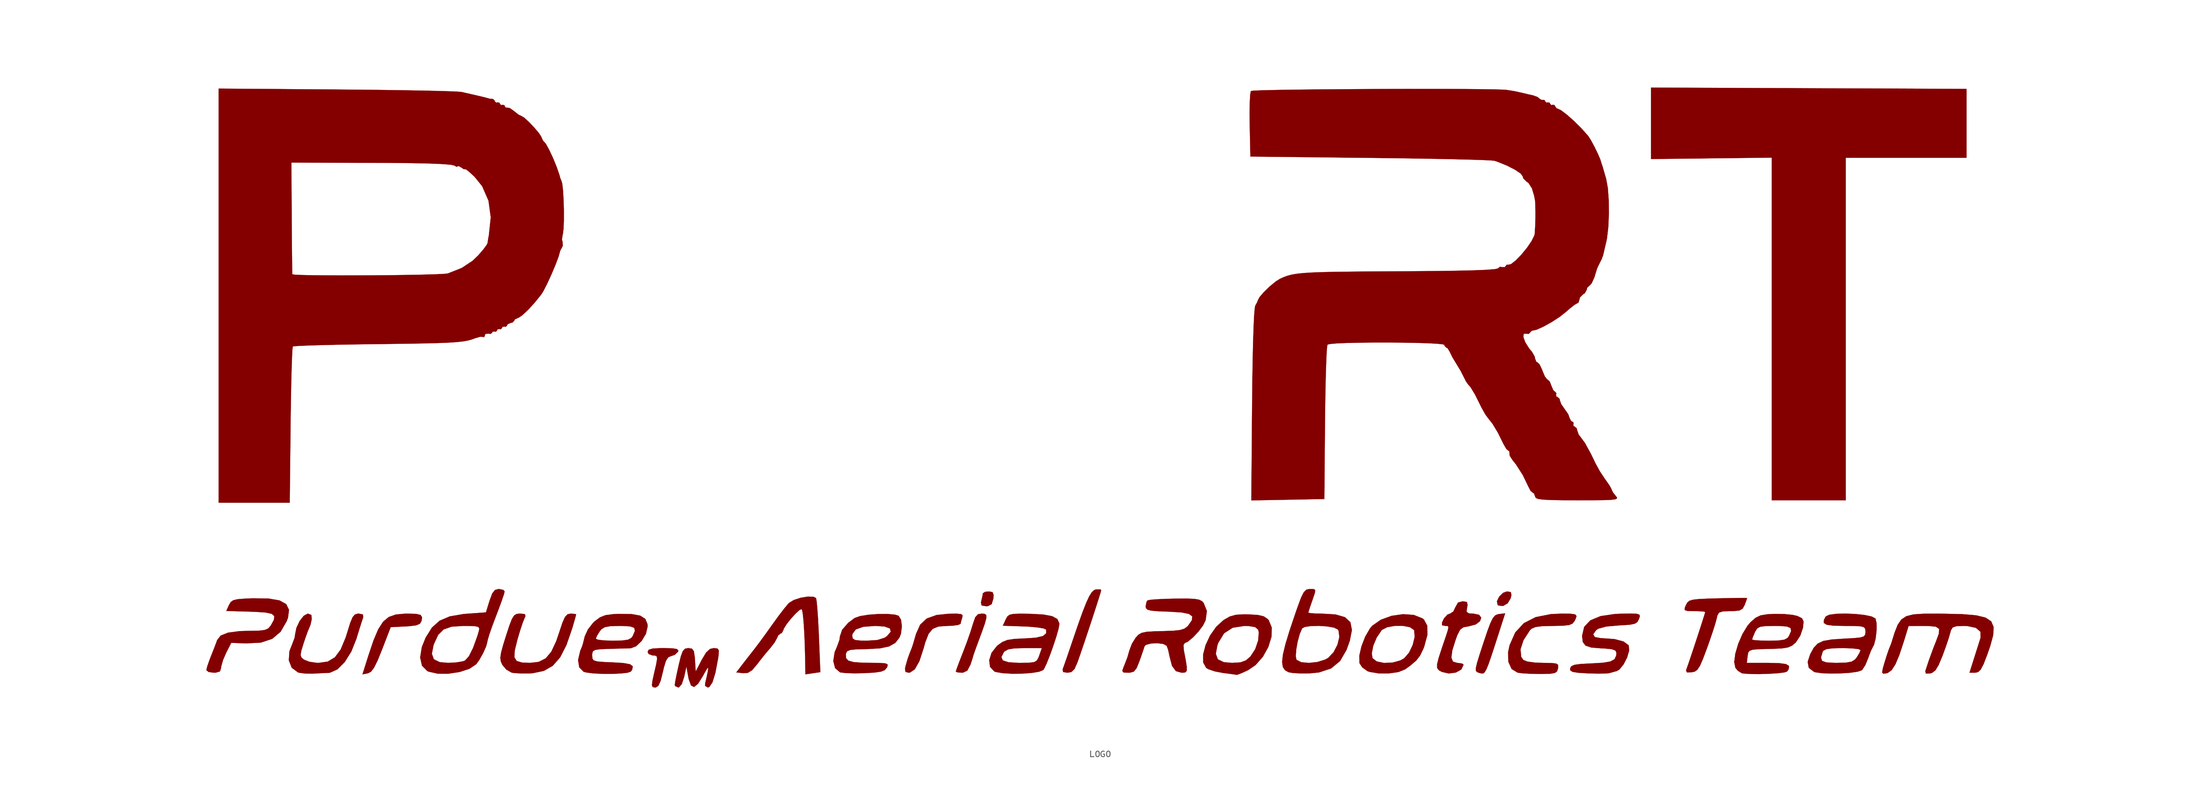
<source format=kicad_sym>
(kicad_symbol_lib
  (version 20220914)
  (generator "bitmap2component")
  (generator_version "8.0")
  (symbol "LOGO"
    (pin_names
      (offset 1.016))
    (property "Reference" "#G"
      (at 0 60.54 0)
      (effects (font (size 1.27 1.27)) hide))
    (symbol "LOGO_0_0"
      (polyline (pts (xy -63.93 -58.664) (xy -63.548 -58.418) (xy -63.227 -57.718) (xy -62.902 -56.434) (xy -62.754 -55.782) (xy -62.451 -54.788) (xy -62.111 -54.276) (xy -61.65 -54.088) (xy -61.16 -53.925) (xy -60.679 -53.462) (xy -60.648 -53.302) (xy -60.858 -53.084) (xy -61.532 -52.976) (xy -62.796 -52.947) (xy -63.307 -52.95) (xy -64.398 -53.014) (xy -64.954 -53.181) (xy -65.11 -53.483) (xy -64.977 -53.796) (xy -64.394 -54.02) (xy -64.043 -54.029) (xy -63.791 -54.145) (xy -63.737 -54.517) (xy -63.869 -55.29) (xy -64.174 -56.613) (xy -64.414 -57.691) (xy -64.49 -58.343) (xy -64.363 -58.616) (xy -64.021 -58.67) (xy -63.93 -58.664)) (stroke (width 0.01) (type default)) (fill (type outline)))
      (polyline (pts (xy -56.154 -58.592) (xy -55.701 -57.917) (xy -55.278 -56.545) (xy -54.883 -54.467) (xy -54.815 -54.014) (xy -54.773 -53.292) (xy -54.979 -53) (xy -55.513 -52.947) (xy -56.066 -53.068) (xy -56.628 -53.586) (xy -57.257 -54.646) (xy -58.132 -56.345) (xy -58.242 -54.646) (xy -58.273 -54.216) (xy -58.405 -53.388) (xy -58.678 -53.026) (xy -59.198 -52.947) (xy -59.237 -52.947) (xy -59.686 -53.033) (xy -60.008 -53.377) (xy -60.287 -54.127) (xy -60.609 -55.432) (xy -60.625 -55.501) (xy -60.903 -56.776) (xy -61.1 -57.777) (xy -61.175 -58.294) (xy -61.121 -58.46) (xy -60.659 -58.67) (xy -60.565 -58.653) (xy -60.15 -58.178) (xy -59.813 -57.15) (xy -59.482 -55.63) (xy -59.209 -57.15) (xy -59.153 -57.438) (xy -58.821 -58.364) (xy -58.372 -58.596) (xy -57.792 -58.132) (xy -57.069 -56.971) (xy -56.815 -56.499) (xy -56.443 -55.876) (xy -56.313 -55.839) (xy -56.38 -56.345) (xy -56.567 -57.235) (xy -56.76 -58.044) (xy -56.779 -58.421) (xy -56.383 -58.67) (xy -56.154 -58.592)) (stroke (width 0.01) (type default)) (fill (type outline)))
      (polyline (pts (xy -113.375 -56.639) (xy -112.249 -56.578) (xy -111.418 -56.544) (xy -111.204 -56.523) (xy -110.121 -56.03) (xy -109.058 -54.97) (xy -108.111 -53.459) (xy -107.376 -51.617) (xy -107.329 -51.462) (xy -106.925 -50.148) (xy -106.587 -49.083) (xy -106.385 -48.486) (xy -106.416 -48.064) (xy -107.035 -47.938) (xy -107.167 -47.942) (xy -107.589 -48.064) (xy -107.927 -48.463) (xy -108.267 -49.278) (xy -108.693 -50.647) (xy -108.927 -51.395) (xy -109.65 -53.139) (xy -110.493 -54.281) (xy -111.534 -54.904) (xy -112.853 -55.093) (xy -113.136 -55.085) (xy -114.226 -54.922) (xy -114.995 -54.615) (xy -115.344 -54.314) (xy -115.47 -53.942) (xy -115.36 -53.307) (xy -115.016 -52.2) (xy -114.741 -51.383) (xy -114.394 -50.424) (xy -114.172 -49.906) (xy -114.027 -49.543) (xy -113.85 -48.743) (xy -113.909 -48.13) (xy -114.426 -47.938) (xy -114.433 -47.938) (xy -115.017 -48.255) (xy -115.615 -49.025) (xy -116.08 -50.009) (xy -116.268 -50.967) (xy -116.338 -51.441) (xy -116.655 -52.286) (xy -117.089 -53.391) (xy -117.181 -54.726) (xy -116.758 -55.803) (xy -115.849 -56.476) (xy -115.701 -56.522) (xy -114.768 -56.649) (xy -113.637 -56.654) (xy -113.375 -56.639)) (stroke (width 0.01) (type default)) (fill (type outline)))
      (polyline (pts (xy -105.707 -56.61) (xy -105.697 -56.608) (xy -105.258 -56.381) (xy -104.817 -55.81) (xy -104.305 -54.782) (xy -103.656 -53.183) (xy -102.392 -49.906) (xy -100.245 -49.8) (xy -99.743 -49.771) (xy -98.704 -49.645) (xy -98.153 -49.413) (xy -97.92 -49.016) (xy -97.841 -48.473) (xy -98.057 -48.129) (xy -98.719 -47.976) (xy -99.96 -47.943) (xy -100.353 -47.949) (xy -101.657 -48.071) (xy -102.676 -48.427) (xy -103.497 -49.11) (xy -104.206 -50.212) (xy -104.891 -51.827) (xy -105.638 -54.049) (xy -106.494 -56.761) (xy -105.707 -56.61)) (stroke (width 0.01) (type default)) (fill (type outline)))
      (polyline (pts (xy -92.374 -56.414) (xy -90.951 -55.944) (xy -89.981 -55.288) (xy -89.517 -54.642) (xy -88.972 -53.66) (xy -88.54 -52.687) (xy -88.363 -52.015) (xy -88.325 -51.79) (xy -88.078 -50.959) (xy -87.654 -49.736) (xy -87.111 -48.296) (xy -86.796 -47.477) (xy -86.314 -46.172) (xy -85.983 -45.2) (xy -85.859 -44.726) (xy -86.049 -44.494) (xy -86.691 -44.361) (xy -86.71 -44.361) (xy -87.258 -44.498) (xy -87.66 -45.009) (xy -88.049 -46.06) (xy -88.575 -47.759) (xy -91.257 -47.951) (xy -91.837 -48) (xy -93.818 -48.338) (xy -95.293 -48.964) (xy -96.412 -49.963) (xy -97.323 -51.422) (xy -97.874 -52.784) (xy -98.033 -53.767) (xy -96.419 -53.767) (xy -96.178 -52.535) (xy -96.109 -52.335) (xy -95.506 -51.033) (xy -94.705 -50.236) (xy -93.543 -49.836) (xy -91.854 -49.727) (xy -91.25 -49.728) (xy -90.21 -49.758) (xy -89.686 -49.868) (xy -89.537 -50.109) (xy -89.62 -50.532) (xy -89.818 -51.187) (xy -90.442 -52.919) (xy -91.057 -54.14) (xy -91.615 -54.752) (xy -91.909 -54.86) (xy -92.868 -55.027) (xy -94.051 -55.093) (xy -95.268 -54.989) (xy -96.132 -54.566) (xy -96.419 -53.767) (xy -98.033 -53.767) (xy -98.12 -54.307) (xy -97.855 -55.502) (xy -97.085 -56.277) (xy -96.894 -56.366) (xy -95.592 -56.66) (xy -94.003 -56.664) (xy -92.374 -56.414)) (stroke (width 0.01) (type default)) (fill (type outline)))
      (polyline (pts (xy -82.228 -56.623) (xy -81.766 -56.592) (xy -80.169 -56.255) (xy -78.875 -55.516) (xy -77.808 -54.298) (xy -76.895 -52.522) (xy -76.061 -50.109) (xy -75.819 -49.282) (xy -75.578 -48.428) (xy -75.484 -48.052) (xy -75.66 -47.982) (xy -76.289 -47.941) (xy -76.302 -47.941) (xy -76.742 -48.042) (xy -77.102 -48.426) (xy -77.466 -49.23) (xy -77.918 -50.591) (xy -78.378 -51.945) (xy -79.092 -53.467) (xy -79.904 -54.434) (xy -80.908 -54.944) (xy -82.193 -55.093) (xy -83.332 -55.047) (xy -84.115 -54.813) (xy -84.446 -54.271) (xy -84.392 -53.301) (xy -84.021 -51.781) (xy -84.005 -51.724) (xy -83.61 -50.386) (xy -83.238 -49.266) (xy -82.969 -48.6) (xy -82.828 -48.286) (xy -82.939 -48.002) (xy -83.625 -47.938) (xy -83.66 -47.938) (xy -84.132 -47.986) (xy -84.488 -48.208) (xy -84.811 -48.732) (xy -85.179 -49.686) (xy -85.673 -51.198) (xy -86.076 -52.49) (xy -86.38 -53.611) (xy -86.486 -54.356) (xy -86.416 -54.892) (xy -86.191 -55.387) (xy -85.623 -56.064) (xy -84.849 -56.509) (xy -84.516 -56.564) (xy -83.461 -56.632) (xy -82.228 -56.623)) (stroke (width 0.01) (type default)) (fill (type outline)))
      (polyline (pts (xy -68.984 -56.633) (xy -68.001 -56.518) (xy -67.53 -56.345) (xy -67.346 -56.06) (xy -67.262 -55.598) (xy -67.659 -55.295) (xy -68.615 -55.115) (xy -70.208 -55.018) (xy -71.486 -54.966) (xy -72.433 -54.884) (xy -72.932 -54.731) (xy -73.126 -54.459) (xy -73.159 -54.02) (xy -73.155 -53.797) (xy -73.058 -53.417) (xy -72.713 -53.207) (xy -71.964 -53.107) (xy -70.655 -53.058) (xy -69.318 -53.021) (xy -68.193 -52.988) (xy -67.539 -52.968) (xy -66.784 -52.684) (xy -65.973 -51.908) (xy -65.355 -50.874) (xy -65.11 -49.811) (xy -65.131 -49.461) (xy -65.443 -48.704) (xy -66.192 -48.229) (xy -67.464 -48) (xy -69.345 -47.979) (xy -70.102 -48.014) (xy -71.225 -48.162) (xy -72.037 -48.485) (xy -72.81 -49.067) (xy -73.012 -49.258) (xy -73.785 -50.25) (xy -74.237 -51.245) (xy -74.256 -51.325) (xy -74.323 -51.595) (xy -72.623 -51.595) (xy -72.48 -51.207) (xy -72.066 -50.522) (xy -71.814 -50.215) (xy -71.316 -49.906) (xy -70.514 -49.762) (xy -69.204 -49.727) (xy -68.828 -49.729) (xy -67.641 -49.796) (xy -67.049 -50.012) (xy -66.957 -50.45) (xy -67.269 -51.181) (xy -67.476 -51.468) (xy -67.94 -51.721) (xy -68.766 -51.842) (xy -70.131 -51.873) (xy -70.22 -51.873) (xy -71.434 -51.832) (xy -72.295 -51.733) (xy -72.623 -51.595) (xy -74.323 -51.595) (xy -74.459 -52.15) (xy -74.582 -52.589) (xy -74.638 -52.73) (xy -74.872 -53.304) (xy -74.894 -53.359) (xy -75.206 -54.682) (xy -75.036 -55.74) (xy -74.406 -56.38) (xy -74.004 -56.494) (xy -72.988 -56.62) (xy -71.679 -56.685) (xy -70.277 -56.689) (xy -68.984 -56.633)) (stroke (width 0.01) (type default)) (fill (type outline)))
      (polyline (pts (xy -41.13 -56.599) (xy -40.046 -56.44) (xy -40.256 -51.227) (xy -40.29 -50.447) (xy -40.384 -48.66) (xy -40.486 -47.18) (xy -40.585 -46.142) (xy -40.672 -45.683) (xy -41.016 -45.494) (xy -41.853 -45.466) (xy -42.899 -45.637) (xy -43.901 -45.962) (xy -44.606 -46.394) (xy -44.71 -46.505) (xy -45.323 -47.245) (xy -46.153 -48.332) (xy -47.051 -49.574) (xy -47.228 -49.826) (xy -48.177 -51.15) (xy -49.061 -52.353) (xy -49.708 -53.202) (xy -49.783 -53.296) (xy -50.637 -54.384) (xy -51.433 -55.413) (xy -52.245 -56.475) (xy -51.254 -56.589) (xy -50.584 -56.555) (xy -49.95 -56.163) (xy -49.196 -55.272) (xy -48.888 -54.866) (xy -48.036 -53.794) (xy -47.313 -52.947) (xy -47.302 -52.934) (xy -46.675 -52.124) (xy -46.3 -51.426) (xy -46.142 -51.092) (xy -45.767 -50.8) (xy -45.645 -50.769) (xy -45.419 -50.353) (xy -45.343 -50.118) (xy -44.936 -49.473) (xy -44.316 -48.687) (xy -43.639 -47.94) (xy -43.063 -47.413) (xy -42.746 -47.286) (xy -42.733 -47.303) (xy -42.612 -47.829) (xy -42.495 -48.929) (xy -42.39 -50.476) (xy -42.306 -52.344) (xy -42.253 -54.405) (xy -42.214 -56.758) (xy -41.13 -56.599)) (stroke (width 0.01) (type default)) (fill (type outline)))
      (polyline (pts (xy -33.654 -56.586) (xy -32.195 -56.502) (xy -31.244 -56.365) (xy -30.696 -56.138) (xy -30.394 -55.781) (xy -30.288 -55.56) (xy -30.287 -55.302) (xy -30.623 -55.161) (xy -31.422 -55.101) (xy -32.811 -55.087) (xy -33.875 -55.074) (xy -35.195 -54.982) (xy -35.974 -54.77) (xy -36.321 -54.4) (xy -36.345 -53.832) (xy -36.32 -53.701) (xy -36.142 -53.394) (xy -35.697 -53.215) (xy -34.836 -53.128) (xy -33.409 -53.094) (xy -33.297 -53.093) (xy -31.403 -52.987) (xy -30.071 -52.704) (xy -29.169 -52.196) (xy -28.562 -51.418) (xy -28.342 -50.834) (xy -28.216 -49.791) (xy -28.336 -48.831) (xy -28.688 -48.254) (xy -29.161 -48.099) (xy -30.252 -47.991) (xy -31.629 -47.996) (xy -33.05 -48.101) (xy -34.274 -48.296) (xy -35.059 -48.567) (xy -36.01 -49.279) (xy -36.886 -50.291) (xy -37.183 -51.17) (xy -35.417 -51.17) (xy -35.387 -50.901) (xy -34.904 -50.24) (xy -33.805 -49.853) (xy -32.063 -49.727) (xy -30.748 -49.813) (xy -29.952 -50.096) (xy -29.829 -50.566) (xy -30.391 -51.216) (xy -30.735 -51.445) (xy -31.769 -51.773) (xy -33.31 -51.873) (xy -34.175 -51.862) (xy -34.974 -51.779) (xy -35.334 -51.566) (xy -35.417 -51.17) (xy -37.183 -51.17) (xy -37.206 -51.236) (xy -37.272 -51.742) (xy -37.588 -52.636) (xy -37.976 -53.548) (xy -38.17 -54.83) (xy -37.907 -55.853) (xy -37.202 -56.458) (xy -37.11 -56.484) (xy -36.326 -56.575) (xy -35.1 -56.612) (xy -33.654 -56.586)) (stroke (width 0.01) (type default)) (fill (type outline)))
      (polyline (pts (xy -10.78 -56.656) (xy -9.39 -56.556) (xy -8.291 -56.378) (xy -7.693 -56.126) (xy -7.568 -55.944) (xy -7.193 -55.154) (xy -6.726 -53.977) (xy -6.239 -52.619) (xy -5.802 -51.283) (xy -5.487 -50.173) (xy -5.366 -49.494) (xy -5.375 -49.33) (xy -5.656 -48.723) (xy -6.393 -48.314) (xy -7.671 -48.073) (xy -9.572 -47.969) (xy -11.065 -47.948) (xy -12.038 -47.984) (xy -12.606 -48.114) (xy -12.927 -48.374) (xy -13.158 -48.802) (xy -13.566 -49.699) (xy -10.479 -49.803) (xy -9.893 -49.828) (xy -8.591 -49.938) (xy -7.663 -50.091) (xy -7.279 -50.263) (xy -7.274 -50.791) (xy -7.744 -51.194) (xy -8.783 -51.436) (xy -10.458 -51.546) (xy -11.886 -51.613) (xy -12.902 -51.765) (xy -13.639 -52.058) (xy -14.324 -52.551) (xy -14.429 -52.643) (xy -15.203 -53.635) (xy -15.402 -54.263) (xy -13.774 -54.263) (xy -13.426 -53.557) (xy -13.309 -53.423) (xy -12.793 -53.136) (xy -11.892 -52.988) (xy -10.443 -52.947) (xy -7.908 -52.947) (xy -8.282 -54.02) (xy -8.378 -54.287) (xy -8.625 -54.745) (xy -9.036 -54.985) (xy -9.796 -55.078) (xy -11.087 -55.093) (xy -11.298 -55.092) (xy -12.757 -54.999) (xy -13.566 -54.733) (xy -13.774 -54.263) (xy -15.402 -54.263) (xy -15.543 -54.709) (xy -15.425 -55.67) (xy -14.822 -56.325) (xy -14.575 -56.42) (xy -13.583 -56.593) (xy -12.247 -56.67) (xy -10.78 -56.656)) (stroke (width 0.01) (type default)) (fill (type outline)))
      (polyline (pts (xy 20.487 -56.812) (xy 21.099 -56.579) (xy 22.014 -56.16) (xy 23.105 -55.419) (xy 24.169 -54.213) (xy 24.963 -52.791) (xy 25.418 -51.319) (xy 25.463 -49.968) (xy 25.029 -48.906) (xy 24.838 -48.693) (xy 24.282 -48.328) (xy 23.434 -48.134) (xy 22.082 -48.051) (xy 21.491 -48.04) (xy 20.268 -48.105) (xy 19.358 -48.359) (xy 18.474 -48.868) (xy 18.46 -48.877) (xy 17.387 -49.86) (xy 16.496 -51.131) (xy 15.847 -52.528) (xy 15.527 -53.771) (xy 17.343 -53.771) (xy 17.574 -52.535) (xy 17.696 -52.191) (xy 18.542 -50.8) (xy 19.794 -49.989) (xy 21.496 -49.727) (xy 22.075 -49.741) (xy 23.057 -49.902) (xy 23.483 -50.266) (xy 23.575 -50.658) (xy 23.491 -51.826) (xy 23.06 -53.094) (xy 22.368 -54.155) (xy 21.725 -54.718) (xy 20.918 -55.017) (xy 19.706 -55.093) (xy 18.506 -54.991) (xy 17.638 -54.571) (xy 17.343 -53.771) (xy 15.527 -53.771) (xy 15.498 -53.885) (xy 15.51 -55.04) (xy 15.942 -55.827) (xy 16.247 -56.007) (xy 17.2 -56.331) (xy 18.383 -56.558) (xy 19.063 -56.643) (xy 19.954 -56.763) (xy 20.368 -56.831) (xy 20.487 -56.812)) (stroke (width 0.01) (type default)) (fill (type outline)))
      (polyline (pts (xy 30.935 -56.621) (xy 32.297 -56.487) (xy 34.067 -55.904) (xy 35.381 -54.823) (xy 36.316 -53.196) (xy 36.785 -51.893) (xy 37.092 -50.32) (xy 36.874 -49.194) (xy 36.092 -48.459) (xy 34.707 -48.059) (xy 32.68 -47.938) (xy 31.921 -47.927) (xy 31.089 -47.878) (xy 30.766 -47.804) (xy 30.789 -47.701) (xy 30.98 -47.09) (xy 31.303 -46.149) (xy 31.403 -45.866) (xy 31.713 -44.951) (xy 31.767 -44.509) (xy 31.533 -44.369) (xy 30.981 -44.361) (xy 30.942 -44.361) (xy 30.481 -44.461) (xy 30.101 -44.835) (xy 29.711 -45.62) (xy 29.215 -46.954) (xy 28.877 -47.925) (xy 28.028 -50.449) (xy 27.433 -52.411) (xy 27.081 -53.886) (xy 27.052 -54.149) (xy 28.945 -54.149) (xy 29.009 -53.187) (xy 29.214 -52.023) (xy 29.517 -50.906) (xy 29.873 -50.082) (xy 30.231 -49.884) (xy 31.122 -49.746) (xy 32.286 -49.719) (xy 33.486 -49.797) (xy 34.482 -49.972) (xy 35.036 -50.236) (xy 35.155 -50.428) (xy 35.266 -51.327) (xy 34.999 -52.442) (xy 34.435 -53.533) (xy 33.654 -54.359) (xy 33.216 -54.609) (xy 32.081 -54.963) (xy 30.837 -55.098) (xy 29.741 -54.997) (xy 29.051 -54.645) (xy 28.945 -54.149) (xy 27.052 -54.149) (xy 26.962 -54.952) (xy 27.064 -55.684) (xy 27.377 -56.158) (xy 27.89 -56.45) (xy 28.49 -56.559) (xy 29.605 -56.626) (xy 30.935 -56.621)) (stroke (width 0.01) (type default)) (fill (type outline)))
      (polyline (pts (xy 43.831 -56.428) (xy 44.804 -56.043) (xy 45.59 -55.474) (xy 46.438 -54.745) (xy 46.99 -54.023) (xy 47.442 -53.089) (xy 47.59 -52.718) (xy 48.043 -51.043) (xy 48.032 -49.706) (xy 47.553 -48.808) (xy 47.324 -48.627) (xy 46.083 -48.134) (xy 44.52 -48.019) (xy 42.851 -48.258) (xy 41.287 -48.826) (xy 40.042 -49.697) (xy 39.707 -50.094) (xy 39.018 -51.284) (xy 38.473 -52.694) (xy 38.241 -53.714) (xy 39.973 -53.714) (xy 40.19 -52.606) (xy 40.697 -51.403) (xy 41.411 -50.353) (xy 41.456 -50.306) (xy 42.215 -49.916) (xy 43.314 -49.719) (xy 44.495 -49.717) (xy 45.503 -49.912) (xy 46.081 -50.307) (xy 46.132 -50.417) (xy 46.197 -51.329) (xy 45.918 -52.478) (xy 45.387 -53.595) (xy 44.694 -54.408) (xy 44.109 -54.741) (xy 42.958 -55.052) (xy 41.741 -55.1) (xy 40.702 -54.886) (xy 40.085 -54.41) (xy 39.973 -53.714) (xy 38.241 -53.714) (xy 38.163 -54.057) (xy 38.179 -55.107) (xy 38.574 -55.742) (xy 39.353 -56.295) (xy 39.674 -56.408) (xy 40.974 -56.624) (xy 42.457 -56.626) (xy 43.831 -56.428)) (stroke (width 0.01) (type default)) (fill (type outline)))
      (polyline (pts (xy 52.177 -56.5) (xy 52.972 -56.051) (xy 53.299 -55.361) (xy 53.08 -55.185) (xy 52.41 -55.093) (xy 52.346 -55.092) (xy 51.75 -54.901) (xy 51.523 -54.323) (xy 51.661 -53.281) (xy 52.158 -51.694) (xy 52.409 -51.025) (xy 52.801 -50.275) (xy 53.281 -49.924) (xy 54.031 -49.787) (xy 54.059 -49.784) (xy 55.061 -49.514) (xy 55.679 -49.047) (xy 55.86 -48.529) (xy 55.55 -48.111) (xy 54.696 -47.938) (xy 54.049 -47.903) (xy 53.73 -47.665) (xy 53.809 -47.044) (xy 53.883 -46.695) (xy 53.781 -46.249) (xy 53.171 -46.149) (xy 52.49 -46.327) (xy 52.084 -47.044) (xy 51.807 -47.633) (xy 51.342 -47.938) (xy 50.965 -48.072) (xy 50.455 -48.63) (xy 50.165 -49.239) (xy 50.167 -49.632) (xy 50.621 -49.727) (xy 50.769 -49.724) (xy 51.009 -49.742) (xy 51.095 -49.903) (xy 51.011 -50.342) (xy 50.739 -51.192) (xy 50.263 -52.589) (xy 50.145 -52.937) (xy 49.682 -54.359) (xy 49.456 -55.276) (xy 49.461 -55.829) (xy 49.695 -56.159) (xy 50.153 -56.407) (xy 51.138 -56.633) (xy 52.177 -56.5)) (stroke (width 0.01) (type default)) (fill (type outline)))
      (polyline (pts (xy 56.148 -56.628) (xy 56.374 -56.444) (xy 56.624 -56.003) (xy 56.939 -55.22) (xy 57.357 -54.01) (xy 57.919 -52.29) (xy 58.664 -49.974) (xy 59.333 -47.896) (xy 58.423 -48.006) (xy 58.258 -48.033) (xy 57.883 -48.195) (xy 57.548 -48.58) (xy 57.19 -49.305) (xy 56.748 -50.483) (xy 56.16 -52.231) (xy 55.602 -53.942) (xy 55.243 -55.115) (xy 55.078 -55.844) (xy 55.089 -56.248) (xy 55.26 -56.444) (xy 55.576 -56.552) (xy 55.61 -56.562) (xy 55.906 -56.639) (xy 56.148 -56.628)) (stroke (width 0.01) (type default)) (fill (type outline)))
      (polyline (pts (xy 64.64 -56.703) (xy 65.847 -56.675) (xy 66.532 -56.566) (xy 66.862 -56.324) (xy 67.003 -55.898) (xy 67.028 -55.758) (xy 67.018 -55.386) (xy 66.738 -55.188) (xy 66.04 -55.108) (xy 64.774 -55.093) (xy 63.648 -55.05) (xy 62.549 -54.898) (xy 61.962 -54.664) (xy 61.659 -54.206) (xy 61.558 -53.126) (xy 61.99 -51.803) (xy 62.929 -50.353) (xy 63.169 -50.125) (xy 63.747 -49.883) (xy 64.712 -49.761) (xy 66.226 -49.727) (xy 66.3 -49.727) (xy 67.722 -49.7) (xy 68.602 -49.6) (xy 69.103 -49.39) (xy 69.39 -49.035) (xy 69.535 -48.757) (xy 69.691 -48.294) (xy 69.486 -48.05) (xy 68.804 -47.955) (xy 67.525 -47.94) (xy 65.992 -48.007) (xy 63.753 -48.448) (xy 62.035 -49.328) (xy 60.79 -50.676) (xy 59.971 -52.523) (xy 59.754 -53.548) (xy 59.793 -54.946) (xy 60.263 -55.976) (xy 61.128 -56.513) (xy 61.825 -56.605) (xy 63.013 -56.676) (xy 64.391 -56.703) (xy 64.64 -56.703)) (stroke (width 0.01) (type default)) (fill (type outline)))
      (polyline (pts (xy 73.804 -56.644) (xy 74.411 -56.588) (xy 74.699 -56.509) (xy 75.555 -56.268) (xy 75.911 -56.058) (xy 76.52 -55.312) (xy 77.032 -54.306) (xy 77.323 -53.306) (xy 77.269 -52.58) (xy 77.23 -52.516) (xy 76.501 -51.984) (xy 75.212 -51.639) (xy 73.493 -51.516) (xy 73.231 -51.51) (xy 72.339 -51.339) (xy 72.107 -50.94) (xy 72.551 -50.328) (xy 72.873 -50.122) (xy 74.009 -49.814) (xy 75.812 -49.655) (xy 76.124 -49.641) (xy 77.38 -49.559) (xy 78.124 -49.414) (xy 78.524 -49.152) (xy 78.751 -48.72) (xy 78.874 -48.328) (xy 78.804 -48.081) (xy 78.405 -47.961) (xy 77.55 -47.931) (xy 76.107 -47.955) (xy 75.306 -47.988) (xy 73.182 -48.295) (xy 71.683 -48.92) (xy 70.792 -49.87) (xy 70.493 -51.158) (xy 70.493 -51.193) (xy 70.596 -52.065) (xy 70.999 -52.593) (xy 71.84 -52.87) (xy 73.256 -52.983) (xy 73.715 -53.003) (xy 74.79 -53.107) (xy 75.332 -53.303) (xy 75.479 -53.631) (xy 75.447 -54.029) (xy 75.202 -54.554) (xy 74.611 -54.883) (xy 73.551 -55.07) (xy 71.9 -55.167) (xy 71.751 -55.172) (xy 70.289 -55.25) (xy 69.394 -55.373) (xy 68.93 -55.573) (xy 68.758 -55.882) (xy 68.787 -56.194) (xy 69.122 -56.401) (xy 69.9 -56.527) (xy 71.258 -56.613) (xy 71.36 -56.617) (xy 72.711 -56.654) (xy 73.804 -56.644)) (stroke (width 0.01) (type default)) (fill (type outline)))
      (polyline (pts (xy 97.605 -56.68) (xy 98.869 -56.599) (xy 99.818 -56.485) (xy 100.253 -56.345) (xy 100.48 -55.983) (xy 100.525 -55.542) (xy 100.088 -55.269) (xy 99.093 -55.131) (xy 97.462 -55.093) (xy 94.398 -55.093) (xy 94.511 -54.109) (xy 94.591 -53.63) (xy 94.794 -53.336) (xy 95.268 -53.177) (xy 96.162 -53.105) (xy 97.623 -53.07) (xy 98.132 -53.059) (xy 99.485 -52.993) (xy 100.367 -52.851) (xy 100.968 -52.587) (xy 101.48 -52.156) (xy 101.52 -52.114) (xy 102.165 -51.13) (xy 102.551 -49.984) (xy 102.552 -49.977) (xy 102.635 -49.088) (xy 102.413 -48.616) (xy 101.757 -48.288) (xy 101.061 -48.124) (xy 99.815 -47.999) (xy 98.423 -47.98) (xy 97.367 -48.034) (xy 96.393 -48.196) (xy 95.677 -48.541) (xy 94.958 -49.159) (xy 94.501 -49.688) (xy 93.762 -50.903) (xy 93.413 -51.711) (xy 95.161 -51.711) (xy 95.272 -51.356) (xy 95.576 -50.638) (xy 95.623 -50.538) (xy 95.907 -50.094) (xy 96.347 -49.85) (xy 97.128 -49.748) (xy 98.438 -49.727) (xy 99.034 -49.731) (xy 100.179 -49.806) (xy 100.744 -50.028) (xy 100.823 -50.464) (xy 100.514 -51.181) (xy 100.307 -51.468) (xy 99.844 -51.721) (xy 99.017 -51.842) (xy 97.652 -51.873) (xy 97.563 -51.873) (xy 96.35 -51.849) (xy 95.488 -51.791) (xy 95.161 -51.711) (xy 93.413 -51.711) (xy 93.149 -52.322) (xy 92.729 -53.746) (xy 92.569 -54.973) (xy 92.736 -55.803) (xy 93.097 -56.24) (xy 93.678 -56.602) (xy 93.927 -56.641) (xy 94.933 -56.709) (xy 96.226 -56.719) (xy 97.605 -56.68)) (stroke (width 0.01) (type default)) (fill (type outline)))
      (polyline (pts (xy 107.992 -56.621) (xy 109.376 -56.529) (xy 110.477 -56.375) (xy 111.082 -56.165) (xy 111.153 -56.097) (xy 111.599 -55.408) (xy 112.003 -54.438) (xy 112.069 -54.239) (xy 112.418 -53.324) (xy 112.703 -52.768) (xy 112.864 -52.458) (xy 113.098 -51.525) (xy 113.229 -50.378) (xy 113.229 -49.321) (xy 113.071 -48.654) (xy 113.063 -48.642) (xy 112.513 -48.355) (xy 111.471 -48.136) (xy 110.135 -47.993) (xy 108.705 -47.934) (xy 107.382 -47.968) (xy 106.365 -48.103) (xy 105.853 -48.348) (xy 105.587 -48.844) (xy 105.567 -49.296) (xy 106.001 -49.565) (xy 106.975 -49.694) (xy 108.576 -49.727) (xy 109.954 -49.734) (xy 110.894 -49.783) (xy 111.39 -49.914) (xy 111.584 -50.165) (xy 111.617 -50.577) (xy 111.582 -50.979) (xy 111.383 -51.241) (xy 110.883 -51.4) (xy 109.945 -51.498) (xy 108.429 -51.58) (xy 106.719 -51.697) (xy 105.507 -51.905) (xy 104.692 -52.28) (xy 104.109 -52.894) (xy 103.599 -53.825) (xy 103.437 -54.312) (xy 105.165 -54.312) (xy 105.395 -53.512) (xy 105.502 -53.336) (xy 105.944 -53.101) (xy 106.815 -52.98) (xy 108.257 -52.947) (xy 108.475 -52.947) (xy 109.706 -52.992) (xy 110.573 -53.091) (xy 110.901 -53.225) (xy 110.759 -53.613) (xy 110.344 -54.298) (xy 110.093 -54.604) (xy 109.594 -54.914) (xy 108.793 -55.058) (xy 107.483 -55.093) (xy 107.115 -55.091) (xy 105.918 -55.02) (xy 105.304 -54.787) (xy 105.165 -54.312) (xy 103.437 -54.312) (xy 103.231 -54.929) (xy 103.382 -55.801) (xy 104.132 -56.389) (xy 104.319 -56.453) (xy 105.248 -56.59) (xy 106.544 -56.644) (xy 107.992 -56.621)) (stroke (width 0.01) (type default)) (fill (type outline)))
      (polyline (pts (xy 114.66 -56.611) (xy 114.854 -56.556) (xy 115.417 -56.148) (xy 115.962 -55.307) (xy 116.537 -53.943) (xy 117.191 -51.966) (xy 117.877 -49.733) (xy 120.113 -49.73) (xy 120.788 -49.736) (xy 121.831 -49.839) (xy 122.296 -50.163) (xy 122.274 -50.828) (xy 121.859 -51.95) (xy 121.472 -52.925) (xy 120.841 -54.645) (xy 120.321 -56.212) (xy 120.292 -56.32) (xy 120.389 -56.653) (xy 121.012 -56.628) (xy 121.272 -56.552) (xy 121.764 -56.18) (xy 122.237 -55.403) (xy 122.791 -54.078) (xy 123.268 -52.774) (xy 123.683 -51.545) (xy 123.925 -50.711) (xy 124.014 -50.376) (xy 124.279 -49.944) (xy 124.834 -49.763) (xy 125.89 -49.727) (xy 126.389 -49.743) (xy 127.639 -50.008) (xy 128.296 -50.577) (xy 128.32 -51.424) (xy 128.147 -51.977) (xy 127.815 -53.028) (xy 127.416 -54.288) (xy 126.708 -56.524) (xy 127.522 -56.524) (xy 127.953 -56.436) (xy 128.346 -56.064) (xy 128.758 -55.274) (xy 129.279 -53.93) (xy 129.737 -52.612) (xy 130.155 -51.055) (xy 130.218 -49.893) (xy 129.867 -49.066) (xy 129.041 -48.517) (xy 127.681 -48.188) (xy 125.726 -48.021) (xy 123.118 -47.957) (xy 122.082 -47.947) (xy 120.057 -47.953) (xy 118.582 -48.053) (xy 117.54 -48.312) (xy 116.814 -48.795) (xy 116.288 -49.567) (xy 115.844 -50.69) (xy 115.365 -52.231) (xy 115.314 -52.375) (xy 115.077 -52.947) (xy 114.989 -53.17) (xy 114.696 -54.029) (xy 114.356 -55.123) (xy 114.132 -55.899) (xy 114.031 -56.483) (xy 114.196 -56.666) (xy 114.66 -56.611)) (stroke (width 0.01) (type default)) (fill (type outline)))
      (polyline (pts (xy -127.775 -56.515) (xy -127.163 -56.327) (xy -127 -55.794) (xy -126.978 -55.573) (xy -126.72 -54.672) (xy -126.265 -53.623) (xy -125.529 -52.182) (xy -123.492 -52.262) (xy -123.392 -52.266) (xy -121.24 -52.151) (xy -119.6 -51.609) (xy -118.379 -50.59) (xy -117.483 -49.043) (xy -117.296 -48.536) (xy -117.149 -47.393) (xy -117.553 -46.562) (xy -118.539 -46.019) (xy -120.139 -45.745) (xy -122.387 -45.715) (xy -123.492 -45.758) (xy -124.592 -45.844) (xy -125.247 -45.997) (xy -125.617 -46.263) (xy -125.862 -46.686) (xy -126.257 -47.555) (xy -122.783 -47.657) (xy -122.05 -47.682) (xy -120.55 -47.782) (xy -119.654 -47.974) (xy -119.281 -48.312) (xy -119.35 -48.849) (xy -119.781 -49.637) (xy -119.806 -49.678) (xy -120.153 -50.083) (xy -120.662 -50.314) (xy -121.518 -50.418) (xy -122.904 -50.442) (xy -124.311 -50.48) (xy -125.995 -50.7) (xy -127.068 -51.128) (xy -127.58 -51.778) (xy -127.68 -52.066) (xy -128.025 -52.977) (xy -128.465 -54.086) (xy -128.697 -54.681) (xy -129.02 -55.611) (xy -129.147 -56.143) (xy -129.146 -56.148) (xy -128.827 -56.414) (xy -128.073 -56.524) (xy -127.775 -56.515)) (stroke (width 0.01) (type default)) (fill (type outline)))
      (polyline (pts (xy -27.059 -56.511) (xy -26.336 -56.027) (xy -25.668 -54.841) (xy -25.051 -52.947) (xy -24.818 -52.115) (xy -24.337 -50.874) (xy -23.739 -50.15) (xy -22.885 -49.811) (xy -21.635 -49.727) (xy -20.833 -49.698) (xy -20 -49.578) (xy -19.676 -49.398) (xy -19.648 -49.166) (xy -19.448 -48.477) (xy -19.396 -48.2) (xy -19.615 -48.01) (xy -20.273 -47.943) (xy -21.506 -47.966) (xy -23.184 -48.141) (xy -24.607 -48.648) (xy -25.567 -49.548) (xy -26.171 -50.907) (xy -26.292 -51.33) (xy -26.541 -52.192) (xy -26.701 -52.702) (xy -26.852 -53.109) (xy -27.077 -53.662) (xy -27.355 -54.429) (xy -27.68 -55.54) (xy -27.761 -55.934) (xy -27.692 -56.41) (xy -27.205 -56.524) (xy -27.059 -56.511)) (stroke (width 0.01) (type default)) (fill (type outline)))
      (polyline (pts (xy -19.345 -56.515) (xy -18.713 -56.213) (xy -18.267 -55.361) (xy -18.224 -55.237) (xy -17.97 -54.471) (xy -17.869 -54.111) (xy -17.868 -54.102) (xy -17.733 -53.687) (xy -17.413 -52.797) (xy -16.974 -51.607) (xy -16.632 -50.686) (xy -16.173 -49.388) (xy -15.955 -48.579) (xy -15.967 -48.146) (xy -16.2 -47.971) (xy -16.642 -47.938) (xy -17.169 -48.031) (xy -17.574 -48.474) (xy -17.909 -49.448) (xy -17.92 -49.491) (xy -18.271 -50.612) (xy -18.784 -52.074) (xy -19.353 -53.571) (xy -19.477 -53.884) (xy -19.942 -55.084) (xy -20.268 -55.965) (xy -20.392 -56.354) (xy -20.188 -56.464) (xy -19.532 -56.524) (xy -19.345 -56.515)) (stroke (width 0.01) (type default)) (fill (type outline)))
      (polyline (pts (xy -3.624 -56.428) (xy -3.16 -55.98) (xy -2.729 -55.004) (xy -2.656 -54.798) (xy -2.246 -53.623) (xy -1.74 -52.132) (xy -1.184 -50.469) (xy -0.624 -48.775) (xy -0.108 -47.191) (xy 0.318 -45.86) (xy 0.609 -44.923) (xy 0.716 -44.522) (xy 0.558 -44.417) (xy -0.042 -44.425) (xy -0.303 -44.513) (xy -0.648 -44.818) (xy -1.024 -45.409) (xy -1.469 -46.367) (xy -2.018 -47.77) (xy -2.706 -49.699) (xy -3.569 -52.231) (xy -3.767 -52.815) (xy -4.237 -54.194) (xy -4.618 -55.287) (xy -4.839 -55.898) (xy -4.888 -56.04) (xy -4.817 -56.424) (xy -4.182 -56.524) (xy -3.624 -56.428)) (stroke (width 0.01) (type default)) (fill (type outline)))
      (polyline (pts (xy 12.55 -56.523) (xy 12.926 -56.474) (xy 13.116 -56.25) (xy 13.133 -55.721) (xy 12.989 -54.753) (xy 12.697 -53.215) (xy 12.652 -52.531) (xy 12.816 -52.231) (xy 13.287 -52.015) (xy 14.033 -51.391) (xy 14.834 -50.541) (xy 15.495 -49.65) (xy 15.866 -48.9) (xy 16.046 -47.558) (xy 15.57 -46.376) (xy 15.35 -46.141) (xy 14.925 -45.92) (xy 14.224 -45.798) (xy 13.1 -45.754) (xy 11.408 -45.765) (xy 10.326 -45.79) (xy 8.931 -45.848) (xy 7.918 -45.924) (xy 7.454 -46.007) (xy 7.293 -46.213) (xy 7.155 -46.873) (xy 7.185 -47.115) (xy 7.396 -47.355) (xy 7.923 -47.504) (xy 8.9 -47.594) (xy 10.46 -47.656) (xy 10.636 -47.662) (xy 12.363 -47.773) (xy 13.44 -47.987) (xy 13.923 -48.347) (xy 13.871 -48.891) (xy 13.341 -49.659) (xy 13.214 -49.801) (xy 12.779 -50.128) (xy 12.138 -50.325) (xy 11.12 -50.431) (xy 9.557 -50.482) (xy 8.458 -50.508) (xy 7.307 -50.581) (xy 6.581 -50.732) (xy 6.105 -51.005) (xy 5.704 -51.444) (xy 5.169 -52.306) (xy 4.8 -53.273) (xy 4.799 -53.276) (xy 4.513 -54.271) (xy 4.098 -55.361) (xy 3.986 -55.617) (xy 3.767 -56.255) (xy 3.95 -56.49) (xy 4.627 -56.524) (xy 4.892 -56.516) (xy 5.452 -56.354) (xy 5.855 -55.848) (xy 6.27 -54.825) (xy 6.478 -54.237) (xy 6.815 -53.26) (xy 7.004 -52.678) (xy 7.217 -52.472) (xy 7.931 -52.283) (xy 8.861 -52.239) (xy 9.717 -52.346) (xy 10.209 -52.611) (xy 10.21 -52.612) (xy 10.428 -53.215) (xy 10.624 -54.131) (xy 10.63 -54.171) (xy 10.985 -55.537) (xy 11.546 -56.292) (xy 12.377 -56.524) (xy 12.55 -56.523)) (stroke (width 0.01) (type default)) (fill (type outline)))
      (polyline (pts (xy 86.396 -56.463) (xy 86.848 -56.36) (xy 87.234 -56.082) (xy 87.606 -55.505) (xy 88.043 -54.502) (xy 88.626 -52.947) (xy 88.952 -52.035) (xy 89.461 -50.543) (xy 89.848 -49.319) (xy 90.049 -48.564) (xy 90.131 -48.199) (xy 90.38 -47.786) (xy 90.931 -47.614) (xy 91.99 -47.58) (xy 92.414 -47.577) (xy 93.313 -47.492) (xy 93.799 -47.22) (xy 94.096 -46.663) (xy 94.334 -46.02) (xy 94.446 -45.679) (xy 94.446 -45.679) (xy 94.109 -45.662) (xy 93.197 -45.664) (xy 91.848 -45.685) (xy 90.201 -45.722) (xy 88.773 -45.763) (xy 87.425 -45.824) (xy 86.561 -45.922) (xy 86.049 -46.082) (xy 85.759 -46.335) (xy 85.557 -46.706) (xy 85.402 -47.068) (xy 85.382 -47.423) (xy 85.787 -47.559) (xy 86.761 -47.58) (xy 87.234 -47.585) (xy 88.043 -47.626) (xy 88.363 -47.693) (xy 88.27 -48.031) (xy 87.999 -48.896) (xy 87.605 -50.121) (xy 87.142 -51.543) (xy 86.662 -52.998) (xy 86.221 -54.322) (xy 85.87 -55.353) (xy 85.664 -55.926) (xy 85.575 -56.205) (xy 85.713 -56.477) (xy 86.396 -56.463)) (stroke (width 0.01) (type default)) (fill (type outline)))
      (polyline (pts (xy -15.71 -46.849) (xy -15.187 -46.573) (xy -14.949 -45.791) (xy -14.896 -45.255) (xy -15.051 -44.817) (xy -15.624 -44.718) (xy -16.152 -44.779) (xy -16.461 -44.987) (xy -16.509 -45.317) (xy -16.682 -46.06) (xy -16.743 -46.328) (xy -16.641 -46.763) (xy -16.002 -46.865) (xy -15.71 -46.849)) (stroke (width 0.01) (type default)) (fill (type outline)))
      (polyline (pts (xy 59.699 -46.44) (xy 60.136 -45.702) (xy 60.241 -45.228) (xy 60.144 -44.81) (xy 59.591 -44.718) (xy 59.025 -44.92) (xy 58.458 -45.478) (xy 58.136 -46.144) (xy 58.233 -46.665) (xy 58.358 -46.765) (xy 59.02 -46.838) (xy 59.699 -46.44)) (stroke (width 0.01) (type default)) (fill (type outline)))
      (polyline (pts (xy -116.924 -20.6) (xy -116.908 -19.195) (xy -116.867 -16.535) (xy -116.819 -14.153) (xy -116.765 -12.137) (xy -116.709 -10.573) (xy -116.652 -9.55) (xy -116.598 -9.154) (xy -116.44 -9.122) (xy -115.655 -9.066) (xy -114.293 -9.008) (xy -112.439 -8.952) (xy -110.181 -8.898) (xy -107.603 -8.851) (xy -104.792 -8.811) (xy -103.146 -8.791) (xy -100.031 -8.749) (xy -97.517 -8.705) (xy -95.524 -8.653) (xy -93.974 -8.59) (xy -92.787 -8.511) (xy -91.885 -8.411) (xy -91.189 -8.286) (xy -90.621 -8.13) (xy -90.099 -7.939) (xy -89.388 -7.736) (xy -88.937 -7.774) (xy -88.845 -7.822) (xy -88.721 -7.534) (xy -88.645 -7.324) (xy -88.184 -7.284) (xy -87.909 -7.338) (xy -87.648 -7.123) (xy -87.62 -6.998) (xy -87.29 -6.976) (xy -87.15 -7.03) (xy -86.932 -6.797) (xy -86.904 -6.659) (xy -86.575 -6.618) (xy -86.435 -6.673) (xy -86.217 -6.439) (xy -86.188 -6.301) (xy -85.859 -6.261) (xy -85.721 -6.316) (xy -85.501 -6.103) (xy -85.441 -5.928) (xy -84.965 -5.724) (xy -84.718 -5.684) (xy -84.428 -5.366) (xy -84.382 -5.216) (xy -83.933 -5.008) (xy -83.843 -4.989) (xy -83.272 -4.6) (xy -82.44 -3.815) (xy -81.486 -2.773) (xy -80.545 -1.61) (xy -80.208 -1.064) (xy -79.654 0.027) (xy -79.042 1.365) (xy -78.469 2.729) (xy -78.03 3.897) (xy -77.822 4.651) (xy -77.787 4.765) (xy -77.515 5.277) (xy -77.418 5.496) (xy -77.463 6.099) (xy -77.545 6.378) (xy -77.439 7.083) (xy -77.401 7.208) (xy -77.307 7.998) (xy -77.263 9.208) (xy -77.264 10.648) (xy -77.306 12.131) (xy -77.384 13.466) (xy -77.493 14.464) (xy -77.63 14.936) (xy -77.783 15.294) (xy -77.901 15.739) (xy -78.303 16.913) (xy -78.825 18.19) (xy -79.378 19.375) (xy -79.874 20.273) (xy -80.225 20.69) (xy -80.275 20.718) (xy -80.493 21.169) (xy -80.529 21.293) (xy -80.914 21.872) (xy -81.578 22.657) (xy -82.34 23.456) (xy -83.022 24.077) (xy -83.444 24.327) (xy -83.855 24.519) (xy -84.497 25.03) (xy -85.106 25.465) (xy -85.556 25.545) (xy -85.665 25.505) (xy -85.859 25.758) (xy -85.888 25.896) (xy -86.217 25.937) (xy -86.357 25.882) (xy -86.575 26.116) (xy -86.603 26.254) (xy -86.932 26.294) (xy -87.071 26.238) (xy -87.29 26.452) (xy -87.301 26.558) (xy -87.558 26.789) (xy -88.006 26.816) (xy -88.135 26.859) (xy -88.721 27.016) (xy -89.912 27.302) (xy -92.12 27.804) (xy -92.663 27.852) (xy -93.854 27.903) (xy -95.612 27.955) (xy -97.862 28.005) (xy -100.528 28.053) (xy -103.536 28.096) (xy -106.81 28.134) (xy -110.275 28.165) (xy -127.358 28.294) (xy -127.358 17.545) (xy -116.804 17.545) (xy -105.191 17.518) (xy -102.735 17.508) (xy -99.42 17.473) (xy -96.794 17.415) (xy -94.864 17.335) (xy -93.636 17.233) (xy -93.117 17.109) (xy -92.871 16.946) (xy -92.656 16.993) (xy -92.552 17.064) (xy -92.12 16.814) (xy -91.805 16.595) (xy -91.583 16.591) (xy -91.463 16.564) (xy -90.965 16.172) (xy -90.211 15.472) (xy -89.121 14.118) (xy -88.204 12.016) (xy -87.875 9.607) (xy -88.153 6.976) (xy -88.242 6.53) (xy -88.336 5.888) (xy -88.457 5.623) (xy -88.956 4.936) (xy -89.705 4.071) (xy -90.502 3.303) (xy -92.07 2.26) (xy -94.087 1.458) (xy -94.247 1.429) (xy -95.053 1.369) (xy -96.395 1.315) (xy -98.167 1.269) (xy -100.267 1.231) (xy -102.589 1.2) (xy -105.029 1.179) (xy -107.483 1.168) (xy -109.847 1.166) (xy -112.017 1.176) (xy -113.888 1.196) (xy -115.357 1.229) (xy -116.319 1.274) (xy -116.669 1.332) (xy -116.676 1.445) (xy -116.691 2.164) (xy -116.709 3.443) (xy -116.727 5.175) (xy -116.743 7.256) (xy -116.759 9.577) (xy -116.804 17.545) (xy -127.358 17.545) (xy -127.358 -1.772) (xy -127.358 -31.839) (xy -122.201 -31.839) (xy -117.044 -31.839) (xy -116.924 -20.6)) (stroke (width 0.01) (type default)) (fill (type outline)))
      (polyline (pts (xy 27.794 -31.402) (xy 33.092 -31.303) (xy 33.186 -20.225) (xy 33.199 -18.971) (xy 33.237 -16.315) (xy 33.287 -13.93) (xy 33.346 -11.905) (xy 33.411 -10.329) (xy 33.48 -9.291) (xy 33.55 -8.879) (xy 33.885 -8.793) (xy 34.819 -8.71) (xy 36.225 -8.648) (xy 37.985 -8.605) (xy 39.979 -8.582) (xy 42.089 -8.577) (xy 44.196 -8.591) (xy 46.181 -8.624) (xy 47.926 -8.674) (xy 49.312 -8.742) (xy 50.22 -8.827) (xy 50.532 -8.929) (xy 50.52 -9.041) (xy 50.758 -9.301) (xy 50.962 -9.4) (xy 51.291 -9.928) (xy 51.306 -9.969) (xy 51.673 -10.721) (xy 52.221 -11.627) (xy 52.232 -11.642) (xy 52.844 -12.654) (xy 53.321 -13.587) (xy 53.638 -14.22) (xy 53.953 -14.66) (xy 54.319 -15.082) (xy 54.961 -16.149) (xy 55.741 -17.716) (xy 55.904 -18.05) (xy 56.461 -19.034) (xy 56.943 -19.686) (xy 57.485 -20.366) (xy 58.279 -21.683) (xy 59.099 -23.343) (xy 59.5 -24.036) (xy 59.843 -24.327) (xy 59.922 -24.34) (xy 59.956 -24.63) (xy 59.986 -25.006) (xy 60.382 -25.629) (xy 60.895 -26.273) (xy 61.897 -27.84) (xy 62.658 -29.425) (xy 63.012 -30.112) (xy 63.356 -30.408) (xy 63.504 -30.469) (xy 63.679 -30.945) (xy 63.679 -30.946) (xy 63.772 -31.144) (xy 64.112 -31.287) (xy 64.793 -31.384) (xy 65.908 -31.444) (xy 67.551 -31.474) (xy 69.816 -31.482) (xy 71.906 -31.479) (xy 73.54 -31.464) (xy 74.632 -31.425) (xy 75.271 -31.353) (xy 75.545 -31.236) (xy 75.546 -31.064) (xy 75.361 -30.828) (xy 74.984 -30.351) (xy 74.769 -29.909) (xy 74.749 -29.826) (xy 74.442 -29.277) (xy 73.886 -28.487) (xy 73.819 -28.398) (xy 73.058 -27.248) (xy 72.43 -26.096) (xy 71.769 -24.726) (xy 70.906 -23.154) (xy 70.236 -22.247) (xy 69.996 -21.937) (xy 69.761 -21.26) (xy 69.722 -21.037) (xy 69.382 -20.749) (xy 69.252 -20.721) (xy 69.224 -20.392) (xy 69.28 -20.253) (xy 69.066 -20.034) (xy 68.912 -19.992) (xy 68.687 -19.552) (xy 68.486 -18.985) (xy 67.972 -18.245) (xy 67.475 -17.537) (xy 67.256 -16.938) (xy 67.223 -16.741) (xy 66.877 -16.456) (xy 66.748 -16.428) (xy 66.72 -16.099) (xy 66.778 -15.962) (xy 66.601 -15.741) (xy 66.32 -15.516) (xy 66.036 -14.847) (xy 65.807 -14.255) (xy 65.489 -13.952) (xy 65.433 -13.937) (xy 65.1 -13.516) (xy 64.752 -12.7) (xy 64.684 -12.505) (xy 64.325 -11.753) (xy 64.009 -11.448) (xy 63.865 -11.396) (xy 63.679 -10.937) (xy 63.62 -10.621) (xy 63.232 -9.939) (xy 62.807 -9.428) (xy 62.252 -8.539) (xy 61.973 -7.786) (xy 62.016 -7.318) (xy 62.427 -7.284) (xy 62.701 -7.34) (xy 62.963 -7.144) (xy 62.971 -7.064) (xy 63.232 -6.853) (xy 63.25 -6.856) (xy 63.89 -6.718) (xy 64.898 -6.266) (xy 66.078 -5.61) (xy 67.234 -4.859) (xy 68.169 -4.12) (xy 68.695 -3.657) (xy 69.424 -3.085) (xy 69.831 -2.862) (xy 69.965 -2.798) (xy 70.118 -2.314) (xy 70.179 -2.038) (xy 70.655 -1.56) (xy 70.903 -1.408) (xy 71.192 -0.856) (xy 71.222 -0.645) (xy 71.514 -0.358) (xy 71.547 -0.353) (xy 71.888 0.03) (xy 72.275 0.874) (xy 72.608 1.968) (xy 72.735 2.318) (xy 73.088 3.041) (xy 73.336 3.534) (xy 73.556 4.114) (xy 73.592 4.282) (xy 73.766 5.039) (xy 74.011 6.082) (xy 74.112 6.584) (xy 74.302 8.234) (xy 74.383 10.169) (xy 74.357 12.141) (xy 74.224 13.902) (xy 73.985 15.204) (xy 73.889 15.53) (xy 73.632 16.417) (xy 73.495 16.904) (xy 73.338 17.351) (xy 73.201 17.798) (xy 73.127 18.04) (xy 72.785 18.838) (xy 72.294 19.843) (xy 71.79 20.781) (xy 71.411 21.379) (xy 71.31 21.502) (xy 70.372 22.55) (xy 69.315 23.597) (xy 68.286 24.51) (xy 67.436 25.155) (xy 66.914 25.4) (xy 66.811 25.415) (xy 66.541 25.779) (xy 66.513 25.908) (xy 66.183 25.937) (xy 66.043 25.882) (xy 65.825 26.116) (xy 65.797 26.254) (xy 65.468 26.294) (xy 65.328 26.24) (xy 65.11 26.473) (xy 65.087 26.605) (xy 64.783 26.671) (xy 64.676 26.625) (xy 64.335 26.808) (xy 64.042 27.072) (xy 63.321 27.328) (xy 62.633 27.477) (xy 61.532 27.737) (xy 60.69 27.919) (xy 59.565 28.105) (xy 59.56 28.106) (xy 58.864 28.149) (xy 57.572 28.184) (xy 55.767 28.211) (xy 53.529 28.23) (xy 50.942 28.242) (xy 48.087 28.247) (xy 45.046 28.246) (xy 41.901 28.238) (xy 38.734 28.224) (xy 35.627 28.205) (xy 32.662 28.181) (xy 29.921 28.152) (xy 27.485 28.119) (xy 25.437 28.081) (xy 23.858 28.04) (xy 22.832 27.995) (xy 22.438 27.948) (xy 22.422 27.923) (xy 22.328 27.384) (xy 22.267 26.295) (xy 22.241 24.801) (xy 22.259 23.046) (xy 22.359 18.424) (xy 39.71 18.233) (xy 39.904 18.231) (xy 43.371 18.188) (xy 46.632 18.139) (xy 49.612 18.086) (xy 52.24 18.03) (xy 54.444 17.974) (xy 56.149 17.918) (xy 57.284 17.864) (xy 57.776 17.815) (xy 58.238 17.66) (xy 59.586 17.113) (xy 60.755 16.515) (xy 61.578 15.958) (xy 61.89 15.534) (xy 61.946 15.274) (xy 62.413 14.802) (xy 62.712 14.592) (xy 63.22 13.795) (xy 63.541 12.7) (xy 63.547 12.663) (xy 63.661 12.074) (xy 63.665 12.056) (xy 63.704 11.497) (xy 63.723 10.525) (xy 63.722 9.425) (xy 63.701 8.475) (xy 63.66 7.96) (xy 63.64 7.412) (xy 63.586 7.023) (xy 63.183 6.196) (xy 62.511 5.205) (xy 61.699 4.207) (xy 60.875 3.354) (xy 60.169 2.802) (xy 59.709 2.705) (xy 59.601 2.75) (xy 59.386 2.537) (xy 59.309 2.377) (xy 58.849 2.375) (xy 58.574 2.428) (xy 58.313 2.209) (xy 58.302 2.188) (xy 57.834 2.078) (xy 56.671 1.984) (xy 54.808 1.907) (xy 52.243 1.846) (xy 48.97 1.8) (xy 44.987 1.771) (xy 44.35 1.768) (xy 40.618 1.747) (xy 37.52 1.723) (xy 34.987 1.691) (xy 32.949 1.649) (xy 31.335 1.591) (xy 30.077 1.513) (xy 29.103 1.411) (xy 28.344 1.281) (xy 27.73 1.119) (xy 27.191 0.92) (xy 26.657 0.681) (xy 26.051 0.302) (xy 25.187 -0.407) (xy 24.338 -1.226) (xy 23.69 -1.976) (xy 23.427 -2.474) (xy 23.375 -2.656) (xy 23.069 -3.22) (xy 22.998 -3.536) (xy 22.911 -4.537) (xy 22.83 -6.153) (xy 22.757 -8.328) (xy 22.694 -11.003) (xy 22.643 -14.122) (xy 22.607 -17.629) (xy 22.496 -31.501) (xy 27.794 -31.402)) (stroke (width 0.01) (type default)) (fill (type outline)))
      (polyline (pts (xy 108.755 -6.618) (xy 108.755 18.245) (xy 117.52 18.245) (xy 126.284 18.245) (xy 126.284 23.248) (xy 126.284 28.252) (xy 103.389 28.346) (xy 80.493 28.441) (xy 80.493 23.253) (xy 80.492 18.066) (xy 89.257 18.168) (xy 98.023 18.269) (xy 98.023 -6.606) (xy 98.023 -31.482) (xy 103.389 -31.482) (xy 108.755 -31.482) (xy 108.755 -6.618)) (stroke (width 0.01) (type default)) (fill (type outline))))))
</source>
